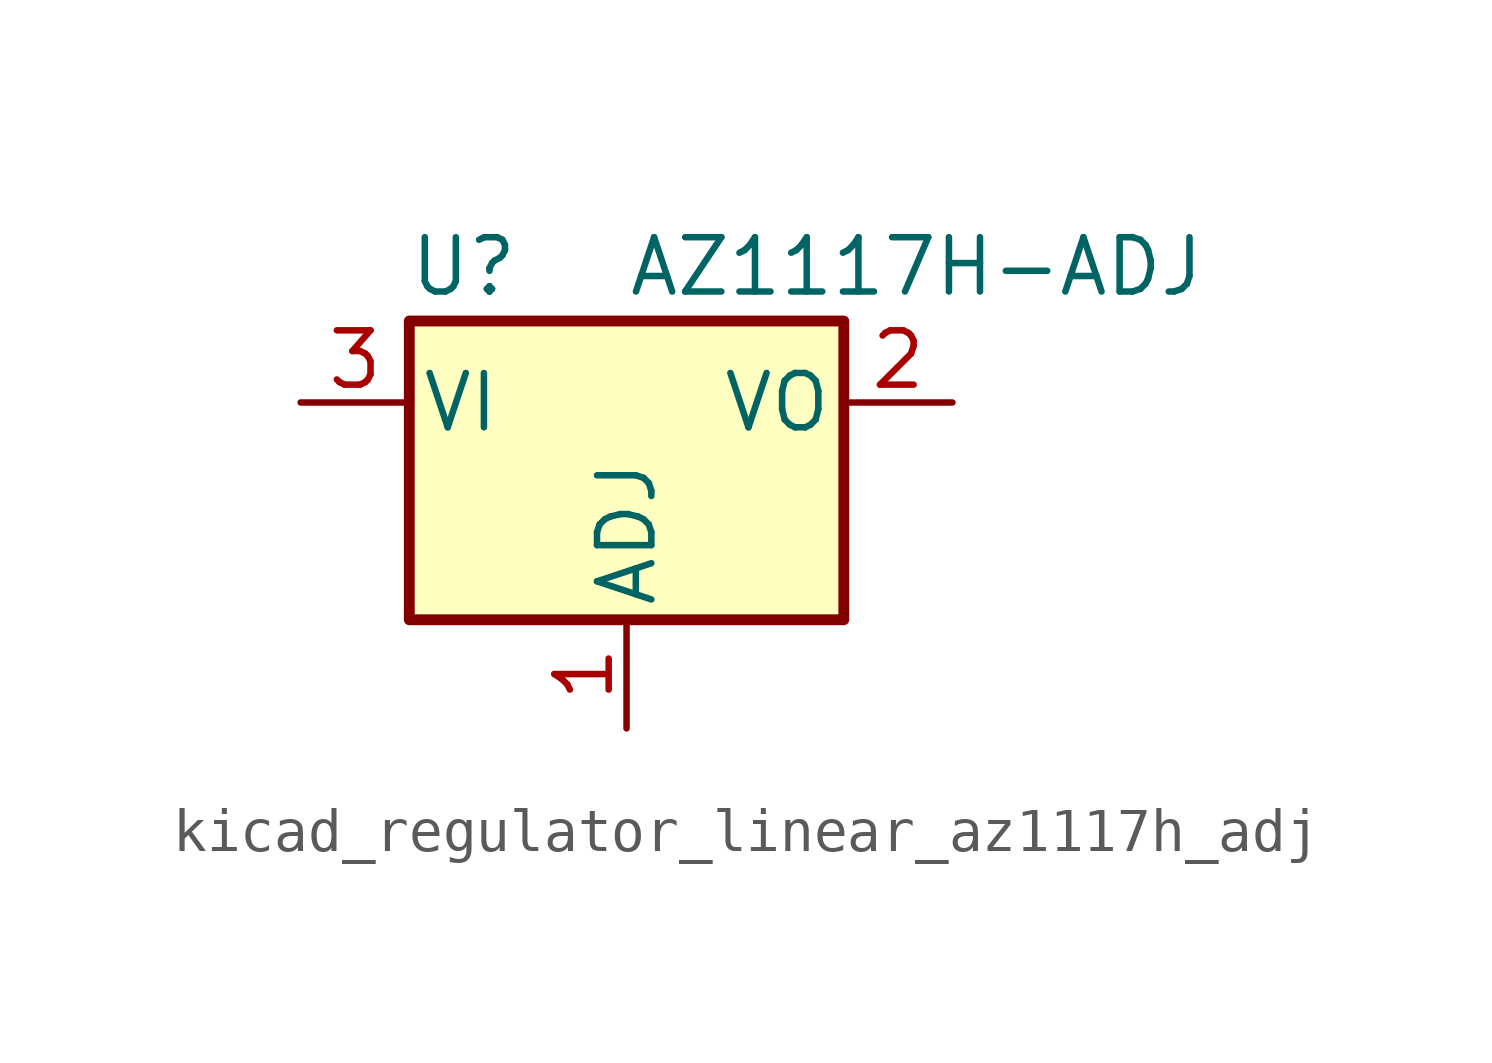
<source format=kicad_sym>
(kicad_symbol_lib
  (version 20220914)
  (generator kicad_symbol_editor)
  (symbol "kicad_regulator_linear_az1117h_adj"
    (pin_names
      (offset 0.254))
    (property "Reference" "U"
      (at -3.81 3.175 0)
      (effects (font (size 1.27 1.27))))
    (property "Value" "AZ1117H-ADJ"
      (at 0 3.175 0)
      (effects (font (size 1.27 1.27)) (justify left)))
    (symbol "kicad_regulator_linear_az1117h_adj_0_1"
      (rectangle (start -5.08 1.905) (end 5.08 -5.08) (stroke (width 0.254) (type default)) (fill (type background))))
    (symbol "kicad_regulator_linear_az1117h_adj_1_1"
      (pin input line (at 0 -7.62 90) (length 2.54) (name "ADJ" (effects (font (size 1.27 1.27)))) (number "1" (effects (font (size 1.27 1.27)))))
      (pin power_out line (at 7.62 0 180) (length 2.54) (name "VO" (effects (font (size 1.27 1.27)))) (number "2" (effects (font (size 1.27 1.27)))))
      (pin power_in line (at -7.62 0 0) (length 2.54) (name "VI" (effects (font (size 1.27 1.27)))) (number "3" (effects (font (size 1.27 1.27))))))))
</source>
